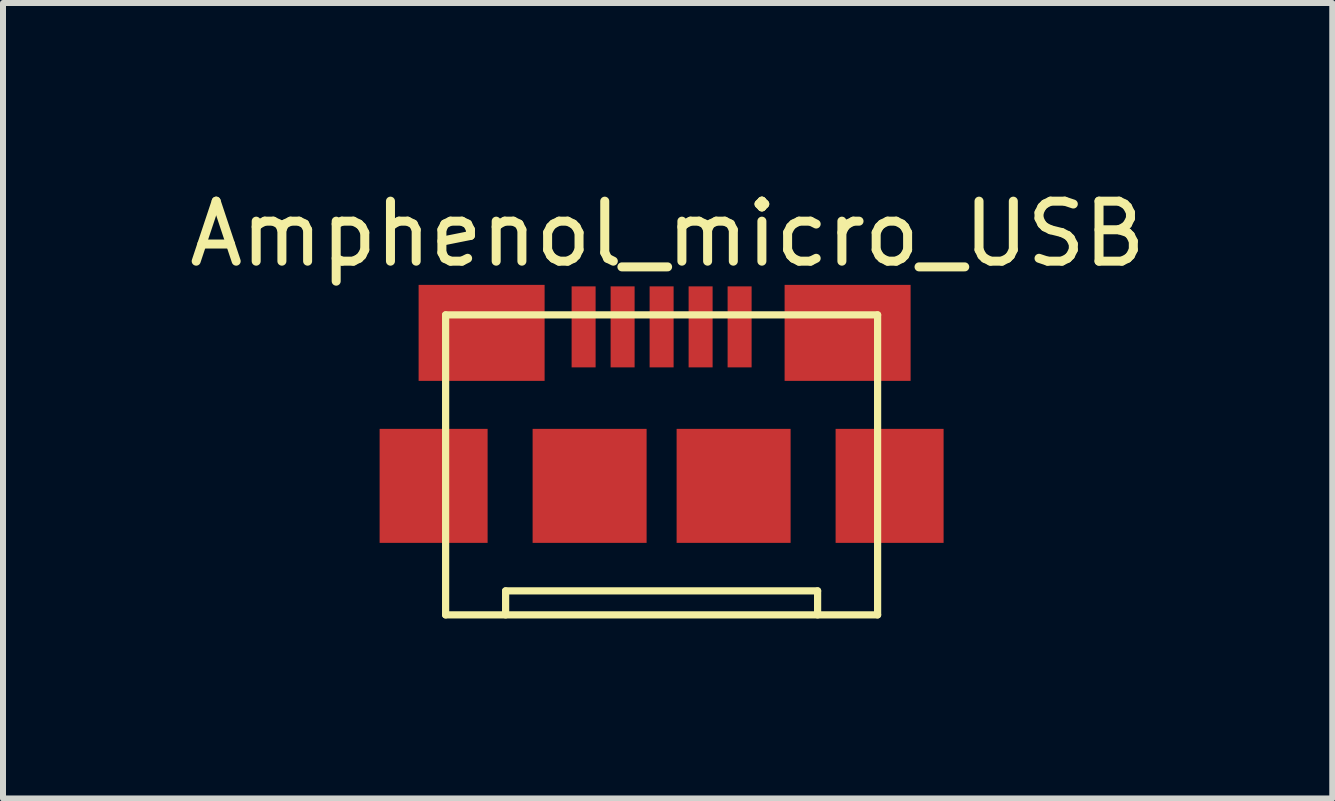
<source format=kicad_pcb>
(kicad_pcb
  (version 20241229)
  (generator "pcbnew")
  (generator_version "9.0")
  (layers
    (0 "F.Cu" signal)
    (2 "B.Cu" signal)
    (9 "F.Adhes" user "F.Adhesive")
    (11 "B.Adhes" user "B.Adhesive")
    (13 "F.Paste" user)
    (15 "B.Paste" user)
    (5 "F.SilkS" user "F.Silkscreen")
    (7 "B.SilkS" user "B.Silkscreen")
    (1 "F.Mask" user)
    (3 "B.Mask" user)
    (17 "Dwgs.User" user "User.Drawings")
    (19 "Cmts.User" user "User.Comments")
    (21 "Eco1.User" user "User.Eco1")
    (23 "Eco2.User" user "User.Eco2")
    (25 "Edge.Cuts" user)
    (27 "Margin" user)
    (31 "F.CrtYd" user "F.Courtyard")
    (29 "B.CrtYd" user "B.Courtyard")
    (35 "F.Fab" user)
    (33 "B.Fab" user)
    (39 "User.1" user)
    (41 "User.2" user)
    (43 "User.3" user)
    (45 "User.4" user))
  (footprint "Amphenol_micro_USB"
    (layer "F.Cu")
    (at 7.977 2.398)
    (property "Reference" "Amphenol_micro_USB" (at 0.1 -1.55 0) (layer "F.SilkS") (effects (font (size 1 1) (thickness 0.15))))
    (attr smd)
    (fp_line (start -3.6 -0.2) (end 3.6 -0.2) (stroke (width 0.12) (type solid)) (layer "F.SilkS"))
    (fp_line (start -3.6 4.8) (end -3.6 -0.2) (stroke (width 0.12) (type solid)) (layer "F.SilkS"))
    (fp_line (start -2.6 4.4) (end 2.6 4.4) (stroke (width 0.12) (type solid)) (layer "F.SilkS"))
    (fp_line (start -2.6 4.8) (end -2.6 4.4) (stroke (width 0.12) (type solid)) (layer "F.SilkS"))
    (fp_line (start 2.6 4.4) (end 2.6 4.8) (stroke (width 0.12) (type solid)) (layer "F.SilkS"))
    (fp_line (start 3.6 -0.2) (end 3.6 4.8) (stroke (width 0.12) (type solid)) (layer "F.SilkS"))
    (fp_line (start 3.6 4.8) (end -3.6 4.8) (stroke (width 0.12) (type solid)) (layer "F.SilkS"))
    (pad "1" smd rect (at -3.8 2.65) (size 1.8 1.9) (layers "F.Cu" "F.Mask" "F.Paste"))
    (pad "1" smd rect (at -3 0.1) (size 2.1 1.6) (layers "F.Cu" "F.Mask" "F.Paste"))
    (pad "1" smd rect (at -1.2 2.65) (size 1.9 1.9) (layers "F.Cu" "F.Mask" "F.Paste"))
    (pad "1" smd rect (at 1.2 2.65) (size 1.9 1.9) (layers "F.Cu" "F.Mask" "F.Paste"))
    (pad "1" smd rect (at 3.1 0.1) (size 2.1 1.6) (layers "F.Cu" "F.Mask" "F.Paste"))
    (pad "1" smd rect (at 3.8 2.65) (size 1.8 1.9) (layers "F.Cu" "F.Mask" "F.Paste"))
    (pad "2" smd rect (at -1.3 0) (size 0.4 1.35) (layers "F.Cu" "F.Mask" "F.Paste"))
    (pad "3" smd rect (at -0.65 0) (size 0.4 1.35) (layers "F.Cu" "F.Mask" "F.Paste"))
    (pad "4" smd rect (at 0 0) (size 0.4 1.35) (layers "F.Cu" "F.Mask" "F.Paste"))
    (pad "5" smd rect (at 0.65 0) (size 0.4 1.35) (layers "F.Cu" "F.Mask" "F.Paste"))
    (pad "6" smd rect (at 1.3 0) (size 0.4 1.35) (layers "F.Cu" "F.Mask" "F.Paste")))
  (gr_rect
    (start -3 -3)
    (end 19.155 10.258)
    (stroke (width 0.1) (type default))
    (fill no)
    (layer "Edge.Cuts")))
</source>
